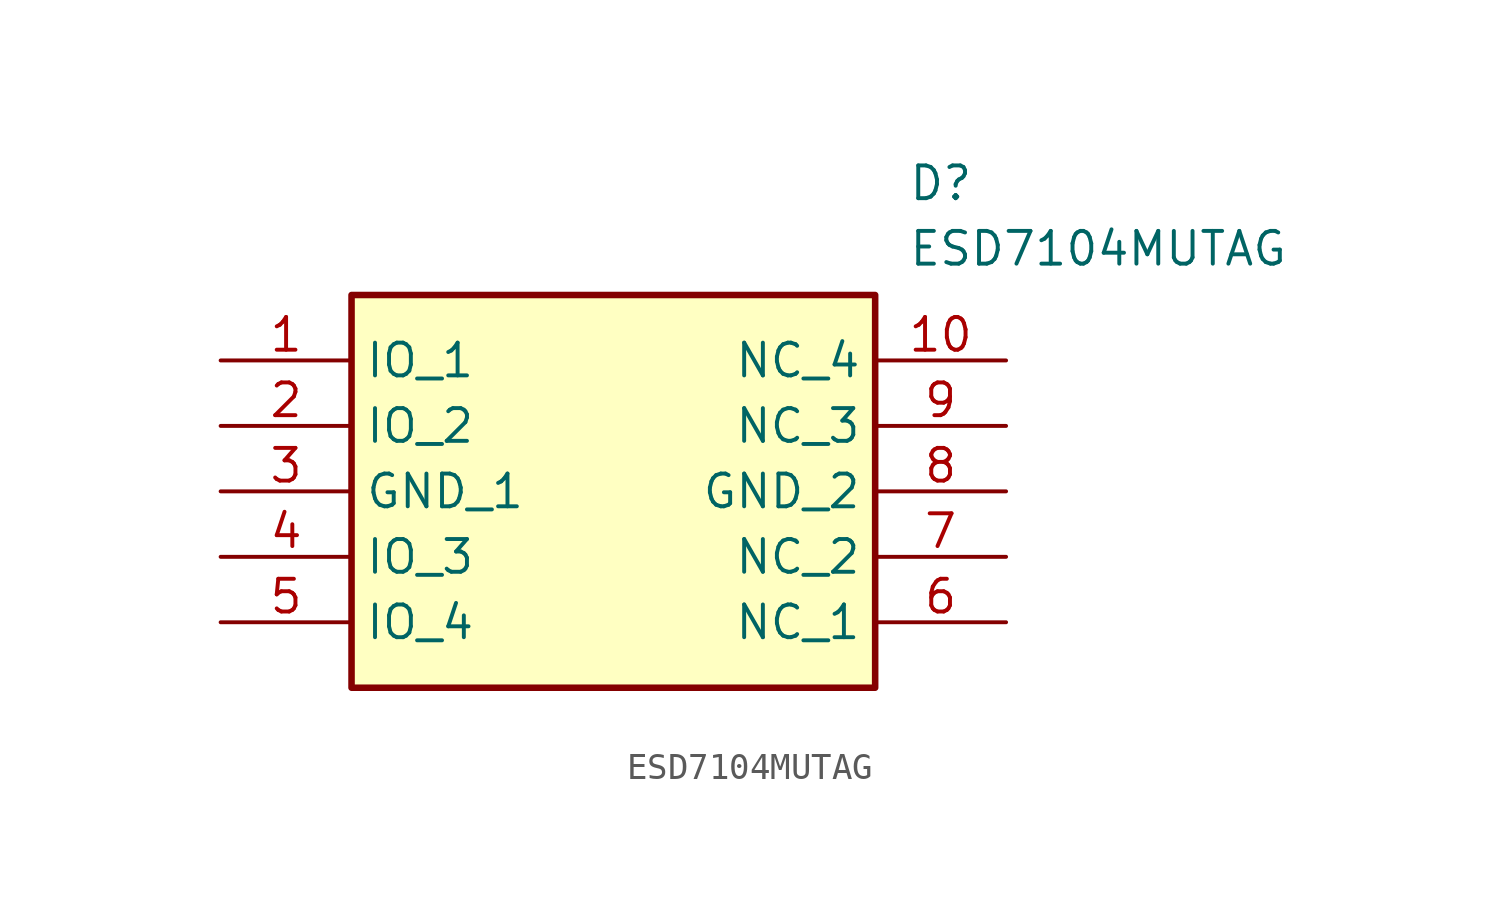
<source format=kicad_sym>
(kicad_symbol_lib
  (version 20211014)
  (generator SamacSys_ECAD_Model)
  (symbol "ESD7104MUTAG"
    (property "Reference" "D"
      (at 26.67 7.62 0)
      (effects (font (size 1.27 1.27)) (justify left top)))
    (property "Value" "ESD7104MUTAG"
      (at 26.67 5.08 0)
      (effects (font (size 1.27 1.27)) (justify left top)))
    (rectangle
      (start 5.08 2.54)
      (end 25.4 -12.7)
      (stroke (width 0.254) (type default))
      (fill (type background)))
    (pin bidirectional line
      (at 0 0 0)
      (length 5.08)
      (name "IO_1" (effects (font (size 1.27 1.27))))
      (number "1" (effects (font (size 1.27 1.27)))))
    (pin bidirectional line
      (at 0 -2.54 0)
      (length 5.08)
      (name "IO_2" (effects (font (size 1.27 1.27))))
      (number "2" (effects (font (size 1.27 1.27)))))
    (pin power_in line
      (at 0 -5.08 0)
      (length 5.08)
      (name "GND_1" (effects (font (size 1.27 1.27))))
      (number "3" (effects (font (size 1.27 1.27)))))
    (pin bidirectional line
      (at 0 -7.62 0)
      (length 5.08)
      (name "IO_3" (effects (font (size 1.27 1.27))))
      (number "4" (effects (font (size 1.27 1.27)))))
    (pin bidirectional line
      (at 0 -10.16 0)
      (length 5.08)
      (name "IO_4" (effects (font (size 1.27 1.27))))
      (number "5" (effects (font (size 1.27 1.27)))))
    (pin passive line
      (at 30.48 -10.16 180)
      (length 5.08)
      (name "NC_1" (effects (font (size 1.27 1.27))))
      (number "6" (effects (font (size 1.27 1.27)))))
    (pin passive line
      (at 30.48 -7.62 180)
      (length 5.08)
      (name "NC_2" (effects (font (size 1.27 1.27))))
      (number "7" (effects (font (size 1.27 1.27)))))
    (pin power_in line
      (at 30.48 -5.08 180)
      (length 5.08)
      (name "GND_2" (effects (font (size 1.27 1.27))))
      (number "8" (effects (font (size 1.27 1.27)))))
    (pin passive line
      (at 30.48 -2.54 180)
      (length 5.08)
      (name "NC_3" (effects (font (size 1.27 1.27))))
      (number "9" (effects (font (size 1.27 1.27)))))
    (pin passive line
      (at 30.48 0 180)
      (length 5.08)
      (name "NC_4" (effects (font (size 1.27 1.27))))
      (number "10" (effects (font (size 1.27 1.27)))))))
</source>
